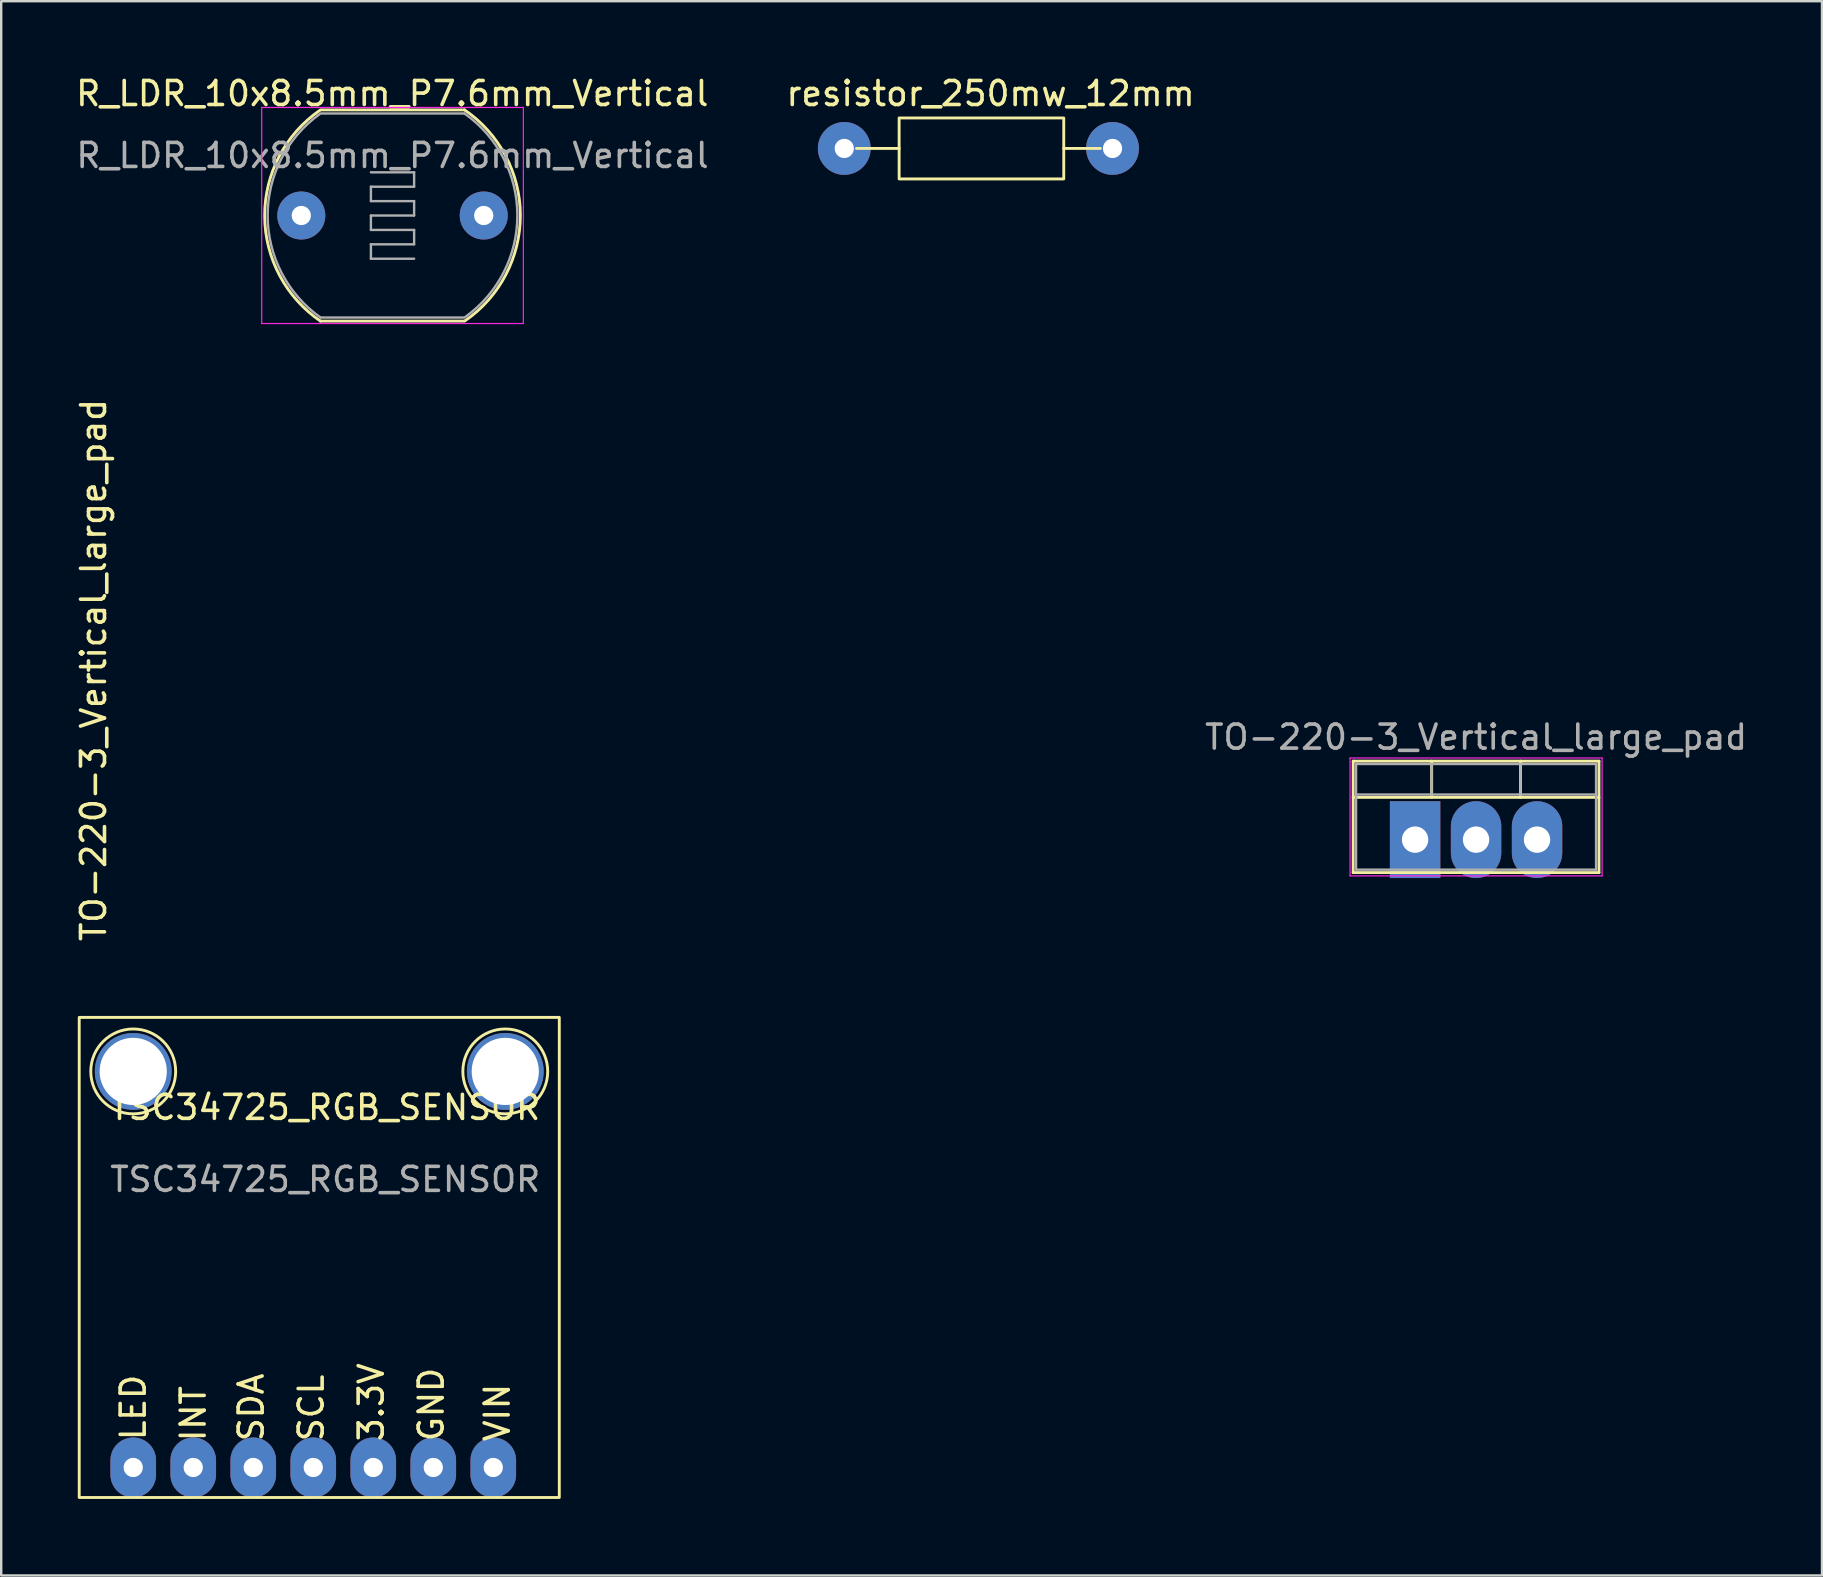
<source format=kicad_pcb>
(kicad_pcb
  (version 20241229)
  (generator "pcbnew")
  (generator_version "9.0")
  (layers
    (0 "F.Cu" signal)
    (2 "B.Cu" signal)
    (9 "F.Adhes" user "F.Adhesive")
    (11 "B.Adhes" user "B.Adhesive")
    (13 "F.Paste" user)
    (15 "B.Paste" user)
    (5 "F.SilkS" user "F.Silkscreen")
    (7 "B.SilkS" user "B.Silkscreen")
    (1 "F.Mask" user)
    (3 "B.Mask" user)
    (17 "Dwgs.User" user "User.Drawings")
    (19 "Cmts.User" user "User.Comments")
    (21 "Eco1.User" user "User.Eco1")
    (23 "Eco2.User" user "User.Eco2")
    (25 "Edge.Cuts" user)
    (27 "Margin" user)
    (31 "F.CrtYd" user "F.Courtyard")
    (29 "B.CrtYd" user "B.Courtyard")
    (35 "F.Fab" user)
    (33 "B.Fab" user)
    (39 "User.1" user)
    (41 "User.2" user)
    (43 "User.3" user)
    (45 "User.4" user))
  (footprint "TO-220-3_Vertical_large_pad"
    (layer "F.Cu")
    (at 55.903 31.929)
    (property "Reference" "TO-220-3_Vertical_large_pad" (at -55.055 -7.065 270) (layer "F.SilkS") (effects (font (size 1 1) (thickness 0.15))))
    (attr through_hole)
    (fp_line (start -2.58 -3.27) (end -2.58 1.371) (stroke (width 0.12) (type solid)) (layer "F.SilkS"))
    (fp_line (start -2.58 -3.27) (end 7.66 -3.27) (stroke (width 0.12) (type solid)) (layer "F.SilkS"))
    (fp_line (start -2.58 -1.76) (end 7.66 -1.76) (stroke (width 0.12) (type solid)) (layer "F.SilkS"))
    (fp_line (start -2.58 1.371) (end 7.66 1.371) (stroke (width 0.12) (type solid)) (layer "F.SilkS"))
    (fp_line (start 0.69 -3.27) (end 0.69 -1.76) (stroke (width 0.12) (type solid)) (layer "F.SilkS"))
    (fp_line (start 4.391 -3.27) (end 4.391 -1.76) (stroke (width 0.12) (type solid)) (layer "F.SilkS"))
    (fp_line (start 7.66 -3.27) (end 7.66 1.371) (stroke (width 0.12) (type solid)) (layer "F.SilkS"))
    (fp_line (start -2.71 -3.4) (end -2.71 1.51) (stroke (width 0.05) (type solid)) (layer "F.CrtYd"))
    (fp_line (start -2.71 1.51) (end 7.79 1.51) (stroke (width 0.05) (type solid)) (layer "F.CrtYd"))
    (fp_line (start 7.79 -3.4) (end -2.71 -3.4) (stroke (width 0.05) (type solid)) (layer "F.CrtYd"))
    (fp_line (start 7.79 1.51) (end 7.79 -3.4) (stroke (width 0.05) (type solid)) (layer "F.CrtYd"))
    (fp_line (start -2.46 -3.15) (end -2.46 1.25) (stroke (width 0.1) (type solid)) (layer "F.Fab"))
    (fp_line (start -2.46 -1.88) (end 7.54 -1.88) (stroke (width 0.1) (type solid)) (layer "F.Fab"))
    (fp_line (start -2.46 1.25) (end 7.54 1.25) (stroke (width 0.1) (type solid)) (layer "F.Fab"))
    (fp_line (start 0.69 -3.15) (end 0.69 -1.88) (stroke (width 0.1) (type solid)) (layer "F.Fab"))
    (fp_line (start 4.39 -3.15) (end 4.39 -1.88) (stroke (width 0.1) (type solid)) (layer "F.Fab"))
    (fp_line (start 7.54 -3.15) (end -2.46 -3.15) (stroke (width 0.1) (type solid)) (layer "F.Fab"))
    (fp_line (start 7.54 1.25) (end 7.54 -3.15) (stroke (width 0.1) (type solid)) (layer "F.Fab"))
    (fp_text user "${REFERENCE}" (at 2.54 -4.27 0) (layer "F.Fab") (effects (font (size 1 1) (thickness 0.15))))
    (pad "1" thru_hole rect (at 0 0) (size 2.1 3.2) (drill 1.1) (layers "*.Cu" "*.Mask"))
    (pad "2" thru_hole oval (at 2.54 0) (size 2.1 3.2) (drill 1.1) (layers "*.Cu" "*.Mask"))
    (pad "3" thru_hole oval (at 5.08 0) (size 2.1 3.2) (drill 1.1) (layers "*.Cu" "*.Mask")))
  (footprint "resistor_250mw_12mm"
    (layer "F.Cu")
    (at 37.964 3.134)
    (property "Reference" "resistor_250mw_12mm" (at 0.254 -2.286 0) (unlocked yes) (layer "F.SilkS") (effects (font (size 1 1) (thickness 0.15))))
    (attr through_hole)
    (fp_line (start -5.334 0) (end -3.556 0) (stroke (width 0.12) (type default)) (layer "F.SilkS"))
    (fp_line (start 3.302 0) (end 4.826 0) (stroke (width 0.12) (type default)) (layer "F.SilkS"))
    (fp_rect (start -3.556 -1.27) (end 3.302 1.27) (stroke (width 0.12) (type default)) (fill no) (layer "F.SilkS"))
    (pad "1" thru_hole circle (at -5.842 0) (size 2.2 2.2) (drill 0.8) (layers "*.Cu" "*.Mask"))
    (pad "2" thru_hole circle (at 5.334 0) (size 2.2 2.2) (drill 0.8) (layers "*.Cu" "*.Mask")))
  (footprint "R_LDR_10x8.5mm_P7.6mm_Vertical"
    (layer "F.Cu")
    (at 9.502 5.928)
    (property "Reference" "R_LDR_10x8.5mm_P7.6mm_Vertical" (at 3.79 -5.08 0) (layer "F.SilkS") (effects (font (size 1 1) (thickness 0.15))))
    (attr through_hole)
    (fp_line (start 0.8 -4.4) (end 6.8 -4.4) (stroke (width 0.12) (type solid)) (layer "F.SilkS"))
    (fp_line (start 0.8 4.4) (end 6.8 4.4) (stroke (width 0.12) (type solid)) (layer "F.SilkS"))
    (fp_arc (start 0.8 4.4) (mid -1.525374 0.019809) (end 0.76735 -4.37756) (stroke (width 0.12) (type solid)) (layer "F.SilkS"))
    (fp_arc (start 6.8 -4.4) (mid 9.125374 -0.019809) (end 6.83265 4.37756) (stroke (width 0.12) (type solid)) (layer "F.SilkS"))
    (fp_line (start -1.65 -4.5) (end -1.65 4.5) (stroke (width 0.05) (type solid)) (layer "F.CrtYd"))
    (fp_line (start -1.65 -4.5) (end 9.25 -4.5) (stroke (width 0.05) (type solid)) (layer "F.CrtYd"))
    (fp_line (start 9.25 4.5) (end -1.65 4.5) (stroke (width 0.05) (type solid)) (layer "F.CrtYd"))
    (fp_line (start 9.25 4.5) (end 9.25 -4.5) (stroke (width 0.05) (type solid)) (layer "F.CrtYd"))
    (fp_line (start 0.8 -4.25) (end 6.8 -4.25) (stroke (width 0.1) (type solid)) (layer "F.Fab"))
    (fp_line (start 2.9 -1.8) (end 4.7 -1.8) (stroke (width 0.1) (type solid)) (layer "F.Fab"))
    (fp_line (start 2.9 -1.2) (end 2.9 -0.6) (stroke (width 0.1) (type solid)) (layer "F.Fab"))
    (fp_line (start 2.9 -0.6) (end 4.7 -0.6) (stroke (width 0.1) (type solid)) (layer "F.Fab"))
    (fp_line (start 2.9 0) (end 2.9 0.6) (stroke (width 0.1) (type solid)) (layer "F.Fab"))
    (fp_line (start 2.9 0.6) (end 4.7 0.6) (stroke (width 0.1) (type solid)) (layer "F.Fab"))
    (fp_line (start 2.9 1.2) (end 2.9 1.8) (stroke (width 0.1) (type solid)) (layer "F.Fab"))
    (fp_line (start 2.9 1.8) (end 4.7 1.8) (stroke (width 0.1) (type solid)) (layer "F.Fab"))
    (fp_line (start 4.7 -1.8) (end 4.7 -1.2) (stroke (width 0.1) (type solid)) (layer "F.Fab"))
    (fp_line (start 4.7 -1.2) (end 2.9 -1.2) (stroke (width 0.1) (type solid)) (layer "F.Fab"))
    (fp_line (start 4.7 -0.6) (end 4.7 0) (stroke (width 0.1) (type solid)) (layer "F.Fab"))
    (fp_line (start 4.7 0) (end 2.9 0) (stroke (width 0.1) (type solid)) (layer "F.Fab"))
    (fp_line (start 4.7 0.6) (end 4.7 1.2) (stroke (width 0.1) (type solid)) (layer "F.Fab"))
    (fp_line (start 4.7 1.2) (end 2.9 1.2) (stroke (width 0.1) (type solid)) (layer "F.Fab"))
    (fp_line (start 6.8 4.25) (end 0.8 4.25) (stroke (width 0.1) (type solid)) (layer "F.Fab"))
    (fp_arc (start 0.8 4.25) (mid -1.4021 0.025641) (end 0.758251 -4.22022) (stroke (width 0.1) (type solid)) (layer "F.Fab"))
    (fp_arc (start 6.8 -4.25) (mid 9.0021 -0.025641) (end 6.841749 4.22022) (stroke (width 0.1) (type solid)) (layer "F.Fab"))
    (fp_text user "${REFERENCE}" (at 3.8 -2.5 0) (layer "F.Fab") (effects (font (size 1 1) (thickness 0.15))))
    (pad "1" thru_hole circle (at 0 0) (size 2 2) (drill 0.8) (layers "*.Cu" "*.Mask"))
    (pad "2" thru_hole circle (at 7.6 0) (size 2 2) (drill 0.8) (layers "*.Cu" "*.Mask")))
  (footprint "TSC34725_RGB_SENSOR"
    (layer "F.Cu")
    (at 0.25 59.335)
    (property "Reference" "TSC34725_RGB_SENSOR" (at 10.25 -16.25 0) (unlocked yes) (layer "F.SilkS") (effects (font (size 1 1) (thickness 0.15))))
    (attr through_hole)
    (fp_rect (start 0 -20) (end 20 0) (stroke (width 0.12) (type default)) (fill no) (layer "F.SilkS"))
    (fp_circle (center 2.25 -17.75) (end 4 -17.5) (stroke (width 0.12) (type default)) (fill no) (layer "F.SilkS"))
    (fp_circle (center 17.75 -17.75) (end 19.5 -17.5) (stroke (width 0.12) (type default)) (fill no) (layer "F.SilkS"))
    (fp_line (start 0 0) (end 0 -20) (stroke (width 0.12) (type default)) (layer "User.1"))
    (fp_rect (start 9.35 -10.99) (end 10.55 -8.99) (stroke (width 0.12) (type default)) (fill no) (layer "User.1"))
    (fp_text user "VIN" (at 18 -2.25 90) (unlocked yes) (layer "F.SilkS") (effects (font (size 1 1) (thickness 0.15)) (justify left bottom)))
    (fp_text user "INT" (at 4.75 -2.25 90) (unlocked yes) (layer "F.SilkS") (effects (font (size 1 1) (thickness 0.15)) (justify left)))
    (fp_text user "3.3V" (at 12.75 -2.25 90) (unlocked yes) (layer "F.SilkS") (effects (font (size 1 1) (thickness 0.15)) (justify left bottom)))
    (fp_text user "SDA" (at 7.75 -2.25 90) (unlocked yes) (layer "F.SilkS") (effects (font (size 1 1) (thickness 0.15)) (justify left bottom)))
    (fp_text user "GND" (at 15.25 -2.25 90) (unlocked yes) (layer "F.SilkS") (effects (font (size 1 1) (thickness 0.15)) (justify left bottom)))
    (fp_text user "LED" (at 2.25 -3.75 90) (unlocked yes) (layer "F.SilkS") (effects (font (size 1 1) (thickness 0.15))))
    (fp_text user "SCL" (at 10.25 -2.25 90) (unlocked yes) (layer "F.SilkS") (effects (font (size 1 1) (thickness 0.15)) (justify left bottom)))
    (fp_text user "${REFERENCE}" (at 10.25 -13.25 0) (unlocked yes) (layer "F.Fab") (effects (font (size 1 1) (thickness 0.15))))
    (pad "" thru_hole circle (at 2.25 -17.75) (size 3.2 3.2) (drill 2.8) (layers "*.Cu" "*.Mask"))
    (pad "" thru_hole circle (at 17.75 -17.75) (size 3.2 3.2) (drill 2.8) (layers "*.Cu" "*.Mask"))
    (pad "1" thru_hole oval (at 2.25 -1.25) (size 1.9 2.5) (drill 0.8) (layers "*.Cu" "*.Mask"))
    (pad "2" thru_hole oval (at 4.75 -1.25) (size 1.9 2.5) (drill 0.8) (layers "*.Cu" "*.Mask"))
    (pad "3" thru_hole oval (at 7.25 -1.25) (size 1.9 2.5) (drill 0.8) (layers "*.Cu" "*.Mask"))
    (pad "4" thru_hole oval (at 9.75 -1.25) (size 1.9 2.5) (drill 0.8) (layers "*.Cu" "*.Mask"))
    (pad "5" thru_hole oval (at 12.25 -1.25) (size 1.9 2.5) (drill 0.8) (layers "*.Cu" "*.Mask"))
    (pad "6" thru_hole oval (at 14.75 -1.25) (size 1.9 2.5) (drill 0.8) (layers "*.Cu" "*.Mask"))
    (pad "7" thru_hole oval (at 17.25 -1.25) (size 1.9 2.5) (drill 0.8) (layers "*.Cu" "*.Mask")))
  (gr_rect
    (start -3 -3)
    (end 72.854 62.585)
    (stroke (width 0.1) (type default))
    (fill no)
    (layer "Edge.Cuts")))
</source>
